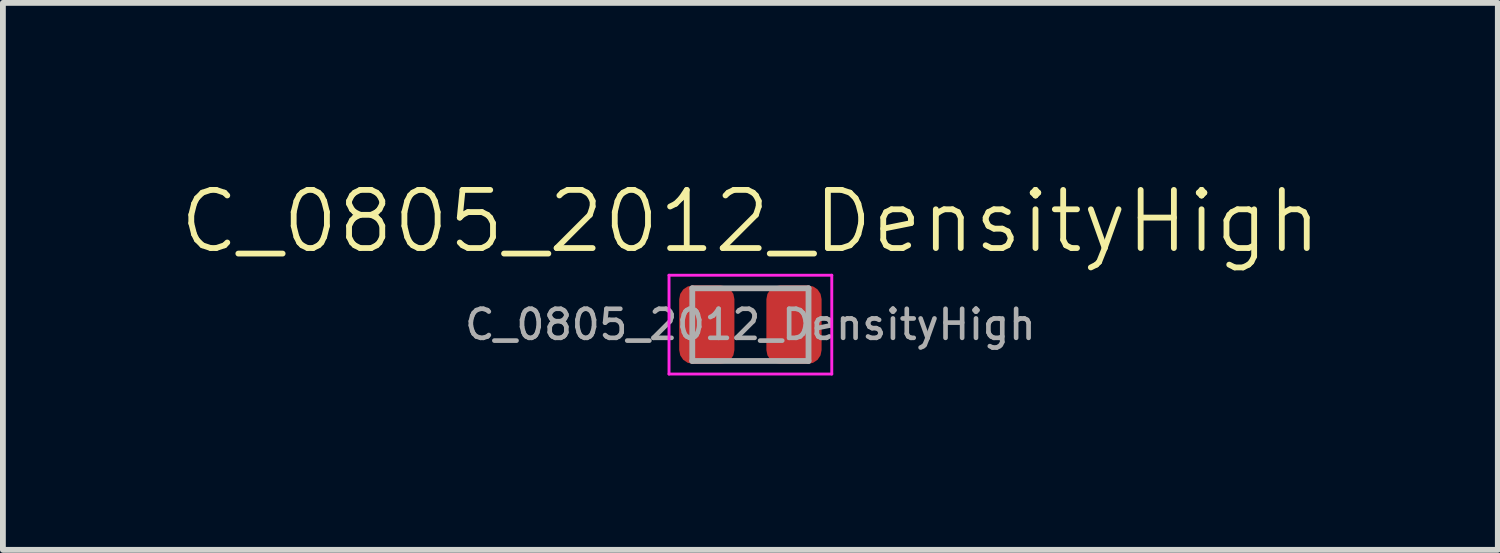
<source format=kicad_pcb>
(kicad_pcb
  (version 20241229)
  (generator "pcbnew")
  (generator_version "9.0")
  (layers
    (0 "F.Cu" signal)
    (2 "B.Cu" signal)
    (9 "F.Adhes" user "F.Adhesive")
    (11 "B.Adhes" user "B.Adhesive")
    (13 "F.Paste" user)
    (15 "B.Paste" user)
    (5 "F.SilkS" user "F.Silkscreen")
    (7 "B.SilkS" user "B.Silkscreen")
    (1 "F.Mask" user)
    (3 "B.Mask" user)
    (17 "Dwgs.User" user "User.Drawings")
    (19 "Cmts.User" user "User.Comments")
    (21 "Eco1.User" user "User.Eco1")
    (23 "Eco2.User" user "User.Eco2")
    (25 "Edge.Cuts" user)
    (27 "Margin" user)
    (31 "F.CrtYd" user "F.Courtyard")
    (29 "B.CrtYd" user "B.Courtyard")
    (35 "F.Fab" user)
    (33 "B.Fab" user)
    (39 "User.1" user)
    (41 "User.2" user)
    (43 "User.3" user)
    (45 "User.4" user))
  (footprint "C_0805_2012_DensityHigh"
    (layer "F.Cu")
    (at 9.86 2.535)
    (property "Reference" "C_0805_2012_DensityHigh" (at 0 -1.775 0) (unlocked yes) (layer "F.SilkS") (effects (font (size 1 1) (thickness 0.1))))
    (attr smd)
    (fp_line (start -1.4 -0.85) (end 1.4 -0.85) (stroke (width 0.05) (type solid)) (layer "F.CrtYd"))
    (fp_line (start -1.4 0.85) (end -1.4 -0.85) (stroke (width 0.05) (type solid)) (layer "F.CrtYd"))
    (fp_line (start 1.4 -0.85) (end 1.4 0.85) (stroke (width 0.05) (type solid)) (layer "F.CrtYd"))
    (fp_line (start 1.4 0.85) (end -1.4 0.85) (stroke (width 0.05) (type solid)) (layer "F.CrtYd"))
    (fp_line (start -1 -0.625) (end 1 -0.625) (stroke (width 0.1) (type solid)) (layer "F.Fab"))
    (fp_line (start -1 0.625) (end -1 -0.625) (stroke (width 0.1) (type solid)) (layer "F.Fab"))
    (fp_line (start 1 -0.625) (end 1 0.625) (stroke (width 0.1) (type solid)) (layer "F.Fab"))
    (fp_line (start 1 0.625) (end -1 0.625) (stroke (width 0.1) (type solid)) (layer "F.Fab"))
    (fp_text user "${REFERENCE}" (at 0 0 0) (layer "F.Fab") (effects (font (size 0.5 0.5) (thickness 0.08))))
    (pad "1" smd roundrect (at -0.75 0) (size 0.95 1.35) (layers "F.Cu" "F.Mask" "F.Paste") (roundrect_rratio 0.25))
    (pad "2" smd roundrect (at 0.75 0) (size 0.95 1.35) (layers "F.Cu" "F.Mask" "F.Paste") (roundrect_rratio 0.25)))
  (gr_rect
    (start -3 -3)
    (end 22.719 6.41)
    (stroke (width 0.1) (type default))
    (fill no)
    (layer "Edge.Cuts")))
</source>
